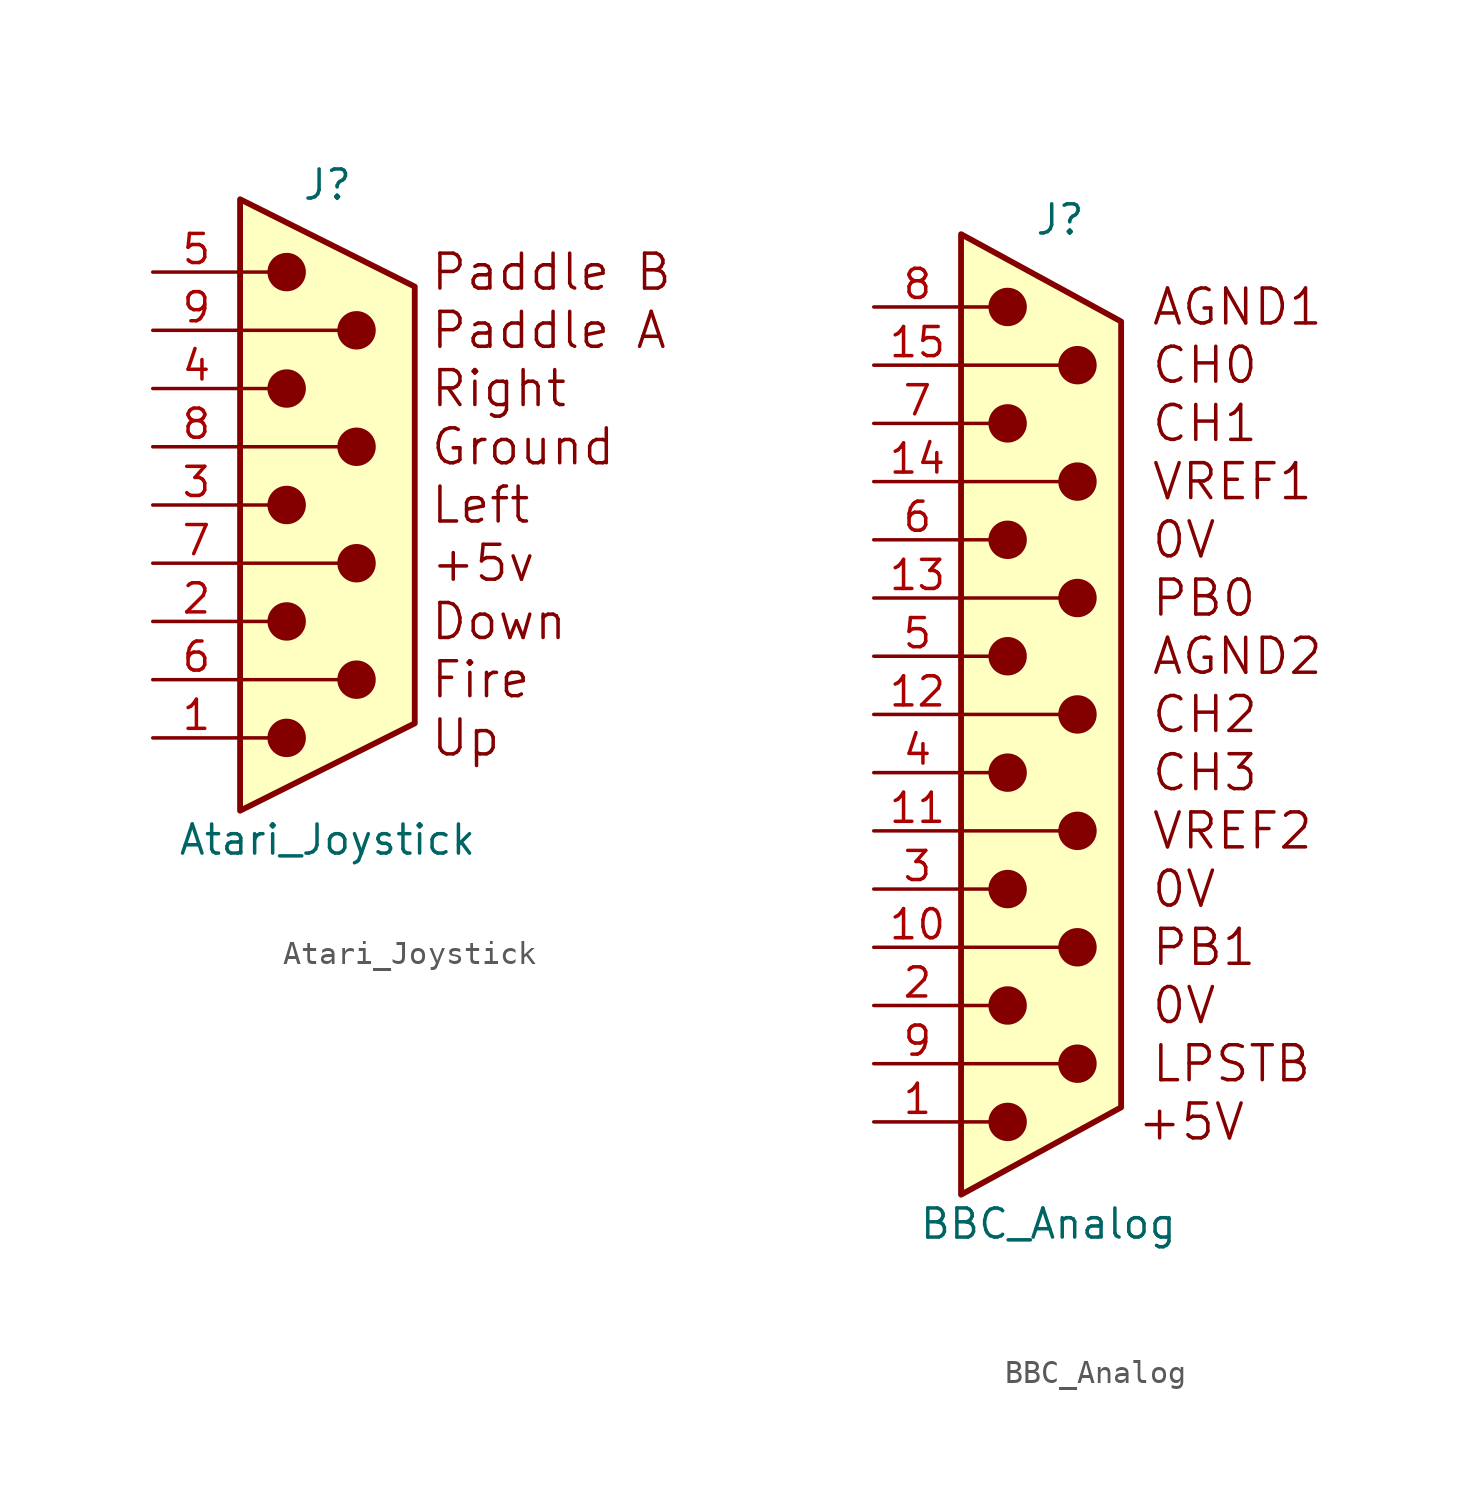
<source format=kicad_sym>
(kicad_symbol_lib
  (version 20241209)
  (generator "kicad_symbol_editor")
  (generator_version "9.0")
  (symbol "Atari_Joystick"
    (pin_names
      (offset 1.016)
      (hide yes))
    (property "Reference" "J"
      (at 0 13.97 0)
      (effects (font (size 1.27 1.27))))
    (property "Value" "Atari_Joystick"
      (at 0 -14.605 0)
      (effects (font (size 1.27 1.27))))
    (symbol "Atari_Joystick_0_0"
      (text "Paddle B" (at 4.445 10.16 0) (effects (font (size 1.524 1.524)) (justify left)))
      (text "Paddle A" (at 4.445 7.62 0) (effects (font (size 1.524 1.524)) (justify left)))
      (text "Right" (at 4.445 5.08 0) (effects (font (size 1.524 1.524)) (justify left)))
      (text "Ground" (at 4.445 2.54 0) (effects (font (size 1.524 1.524)) (justify left)))
      (text "Left" (at 4.445 0 0) (effects (font (size 1.524 1.524)) (justify left)))
      (text "+5v" (at 4.445 -2.54 0) (effects (font (size 1.524 1.524)) (justify left)))
      (text "Down" (at 4.445 -5.08 0) (effects (font (size 1.524 1.524)) (justify left)))
      (text "Fire" (at 4.445 -7.62 0) (effects (font (size 1.524 1.524)) (justify left)))
      (text "Up" (at 4.445 -10.16 0) (effects (font (size 1.524 1.524)) (justify left))))
    (symbol "Atari_Joystick_0_1"
      (polyline (pts (xy -3.81 10.16) (xy -2.54 10.16)) (stroke (width 0) (type solid)) (fill (type none)))
      (polyline (pts (xy -3.81 7.62) (xy 0.508 7.62)) (stroke (width 0) (type solid)) (fill (type none)))
      (polyline (pts (xy -3.81 5.08) (xy -2.54 5.08)) (stroke (width 0) (type solid)) (fill (type none)))
      (polyline (pts (xy -3.81 2.54) (xy 0.508 2.54)) (stroke (width 0) (type solid)) (fill (type none)))
      (polyline (pts (xy -3.81 0) (xy -2.54 0)) (stroke (width 0) (type solid)) (fill (type none)))
      (polyline (pts (xy -3.81 -2.54) (xy 0.508 -2.54)) (stroke (width 0) (type solid)) (fill (type none)))
      (polyline (pts (xy -3.81 -5.08) (xy -2.54 -5.08)) (stroke (width 0) (type solid)) (fill (type none)))
      (polyline (pts (xy -3.81 -7.62) (xy 0.508 -7.62)) (stroke (width 0) (type solid)) (fill (type none)))
      (polyline (pts (xy -3.81 -10.16) (xy -2.54 -10.16)) (stroke (width 0) (type solid)) (fill (type none)))
      (polyline (pts (xy -3.81 -13.335) (xy -3.81 13.335) (xy 3.81 9.525) (xy 3.81 -9.525) (xy -3.81 -13.335)) (stroke (width 0.254) (type solid)) (fill (type background)))
      (circle (center -1.778 10.16) (radius 0.762) (stroke (width 0) (type solid)) (fill (type outline)))
      (circle (center -1.778 5.08) (radius 0.762) (stroke (width 0) (type solid)) (fill (type outline)))
      (circle (center -1.778 0) (radius 0.762) (stroke (width 0) (type solid)) (fill (type outline)))
      (circle (center -1.778 -5.08) (radius 0.762) (stroke (width 0) (type solid)) (fill (type outline)))
      (circle (center -1.778 -10.16) (radius 0.762) (stroke (width 0) (type solid)) (fill (type outline)))
      (circle (center 1.27 7.62) (radius 0.762) (stroke (width 0) (type solid)) (fill (type outline)))
      (circle (center 1.27 2.54) (radius 0.762) (stroke (width 0) (type solid)) (fill (type outline)))
      (circle (center 1.27 -2.54) (radius 0.762) (stroke (width 0) (type solid)) (fill (type outline)))
      (circle (center 1.27 -7.62) (radius 0.762) (stroke (width 0) (type solid)) (fill (type outline))))
    (symbol "Atari_Joystick_1_1"
      (pin passive line (at -7.62 10.16 0) (length 3.81) (name "5" (effects (font (size 1.27 1.27)))) (number "5" (effects (font (size 1.27 1.27)))))
      (pin passive line (at -7.62 7.62 0) (length 3.81) (name "9" (effects (font (size 1.27 1.27)))) (number "9" (effects (font (size 1.27 1.27)))))
      (pin passive line (at -7.62 5.08 0) (length 3.81) (name "4" (effects (font (size 1.27 1.27)))) (number "4" (effects (font (size 1.27 1.27)))))
      (pin passive line (at -7.62 2.54 0) (length 3.81) (name "8" (effects (font (size 1.27 1.27)))) (number "8" (effects (font (size 1.27 1.27)))))
      (pin passive line (at -7.62 0 0) (length 3.81) (name "3" (effects (font (size 1.27 1.27)))) (number "3" (effects (font (size 1.27 1.27)))))
      (pin passive line (at -7.62 -2.54 0) (length 3.81) (name "7" (effects (font (size 1.27 1.27)))) (number "7" (effects (font (size 1.27 1.27)))))
      (pin passive line (at -7.62 -5.08 0) (length 3.81) (name "2" (effects (font (size 1.27 1.27)))) (number "2" (effects (font (size 1.27 1.27)))))
      (pin passive line (at -7.62 -7.62 0) (length 3.81) (name "6" (effects (font (size 1.27 1.27)))) (number "6" (effects (font (size 1.27 1.27)))))
      (pin passive line (at -7.62 -10.16 0) (length 3.81) (name "1" (effects (font (size 1.27 1.27)))) (number "1" (effects (font (size 1.27 1.27)))))))
  (symbol "BBC_Analog"
    (pin_names
      (offset 1.016)
      (hide yes))
    (property "Reference" "J"
      (at 0.508 21.59 0)
      (effects (font (size 1.27 1.27))))
    (property "Value" "BBC_Analog"
      (at 0 -22.225 0)
      (effects (font (size 1.27 1.27))))
    (symbol "BBC_Analog_0_0"
      (text "+5V" (at 3.81 -17.78 0) (effects (font (size 1.524 1.524)) (justify left)))
      (text "AGND1" (at 4.445 17.78 0) (effects (font (size 1.524 1.524)) (justify left)))
      (text "CH0" (at 4.445 15.24 0) (effects (font (size 1.524 1.524)) (justify left)))
      (text "CH1" (at 4.445 12.7 0) (effects (font (size 1.524 1.524)) (justify left)))
      (text "VREF1" (at 4.445 10.16 0) (effects (font (size 1.524 1.524)) (justify left)))
      (text "0V" (at 4.445 7.62 0) (effects (font (size 1.524 1.524)) (justify left)))
      (text "PB0" (at 4.445 5.08 0) (effects (font (size 1.524 1.524)) (justify left)))
      (text "AGND2" (at 4.445 2.54 0) (effects (font (size 1.524 1.524)) (justify left)))
      (text "CH2" (at 4.445 0 0) (effects (font (size 1.524 1.524)) (justify left)))
      (text "CH3" (at 4.445 -2.54 0) (effects (font (size 1.524 1.524)) (justify left)))
      (text "VREF2" (at 4.445 -5.08 0) (effects (font (size 1.524 1.524)) (justify left)))
      (text "0V" (at 4.445 -7.62 0) (effects (font (size 1.524 1.524)) (justify left)))
      (text "PB1" (at 4.445 -10.16 0) (effects (font (size 1.524 1.524)) (justify left)))
      (text "0V" (at 4.445 -12.7 0) (effects (font (size 1.524 1.524)) (justify left)))
      (text "LPSTB" (at 4.445 -15.24 0) (effects (font (size 1.524 1.524)) (justify left))))
    (symbol "BBC_Analog_0_1"
      (polyline (pts (xy -3.81 17.78) (xy -2.54 17.78)) (stroke (width 0) (type solid)) (fill (type none)))
      (polyline (pts (xy -3.81 15.24) (xy 0.508 15.24)) (stroke (width 0) (type solid)) (fill (type none)))
      (polyline (pts (xy -3.81 12.7) (xy -2.54 12.7)) (stroke (width 0) (type solid)) (fill (type none)))
      (polyline (pts (xy -3.81 10.16) (xy 0.508 10.16)) (stroke (width 0) (type solid)) (fill (type none)))
      (polyline (pts (xy -3.81 7.62) (xy -2.54 7.62)) (stroke (width 0) (type solid)) (fill (type none)))
      (polyline (pts (xy -3.81 5.08) (xy 0.508 5.08)) (stroke (width 0) (type solid)) (fill (type none)))
      (polyline (pts (xy -3.81 2.54) (xy -2.54 2.54)) (stroke (width 0) (type solid)) (fill (type none)))
      (polyline (pts (xy -3.81 0) (xy 0.508 0)) (stroke (width 0) (type solid)) (fill (type none)))
      (polyline (pts (xy -3.81 -2.54) (xy -2.54 -2.54)) (stroke (width 0) (type solid)) (fill (type none)))
      (polyline (pts (xy -3.81 -5.08) (xy 0.508 -5.08)) (stroke (width 0) (type solid)) (fill (type none)))
      (polyline (pts (xy -3.81 -7.62) (xy -2.54 -7.62)) (stroke (width 0) (type solid)) (fill (type none)))
      (polyline (pts (xy -3.81 -10.16) (xy 0.508 -10.16)) (stroke (width 0) (type solid)) (fill (type none)))
      (polyline (pts (xy -3.81 -12.7) (xy -2.54 -12.7)) (stroke (width 0) (type solid)) (fill (type none)))
      (polyline (pts (xy -3.81 -15.24) (xy 0.508 -15.24)) (stroke (width 0) (type solid)) (fill (type none)))
      (polyline (pts (xy -3.81 -17.78) (xy -2.54 -17.78)) (stroke (width 0) (type solid)) (fill (type none)))
      (polyline (pts (xy -3.81 -20.955) (xy 3.175 -17.145) (xy 3.175 17.145) (xy -3.81 20.955) (xy -3.81 -20.955)) (stroke (width 0.254) (type solid)) (fill (type background)))
      (circle (center -1.778 17.78) (radius 0.762) (stroke (width 0) (type solid)) (fill (type outline)))
      (circle (center -1.778 12.7) (radius 0.762) (stroke (width 0) (type solid)) (fill (type outline)))
      (circle (center -1.778 7.62) (radius 0.762) (stroke (width 0) (type solid)) (fill (type outline)))
      (circle (center -1.778 2.54) (radius 0.762) (stroke (width 0) (type solid)) (fill (type outline)))
      (circle (center -1.778 -2.54) (radius 0.762) (stroke (width 0) (type solid)) (fill (type outline)))
      (circle (center -1.778 -7.62) (radius 0.762) (stroke (width 0) (type solid)) (fill (type outline)))
      (circle (center -1.778 -12.7) (radius 0.762) (stroke (width 0) (type solid)) (fill (type outline)))
      (circle (center -1.778 -17.78) (radius 0.762) (stroke (width 0) (type solid)) (fill (type outline)))
      (circle (center 1.27 15.24) (radius 0.762) (stroke (width 0) (type solid)) (fill (type outline)))
      (circle (center 1.27 10.16) (radius 0.762) (stroke (width 0) (type solid)) (fill (type outline)))
      (circle (center 1.27 5.08) (radius 0.762) (stroke (width 0) (type solid)) (fill (type outline)))
      (circle (center 1.27 0) (radius 0.762) (stroke (width 0) (type solid)) (fill (type outline)))
      (circle (center 1.27 -5.08) (radius 0.762) (stroke (width 0) (type solid)) (fill (type outline)))
      (circle (center 1.27 -10.16) (radius 0.762) (stroke (width 0) (type solid)) (fill (type outline)))
      (circle (center 1.27 -15.24) (radius 0.762) (stroke (width 0) (type solid)) (fill (type outline))))
    (symbol "BBC_Analog_1_1"
      (pin power_out line (at -7.62 17.78 0) (length 3.81) (name "8" (effects (font (size 1.27 1.27)))) (number "8" (effects (font (size 1.27 1.27)))))
      (pin passive line (at -7.62 15.24 0) (length 3.81) (name "P15" (effects (font (size 1.27 1.27)))) (number "15" (effects (font (size 1.27 1.27)))))
      (pin passive line (at -7.62 12.7 0) (length 3.81) (name "7" (effects (font (size 1.27 1.27)))) (number "7" (effects (font (size 1.27 1.27)))))
      (pin passive line (at -7.62 10.16 0) (length 3.81) (name "P14" (effects (font (size 1.27 1.27)))) (number "14" (effects (font (size 1.27 1.27)))))
      (pin passive line (at -7.62 7.62 0) (length 3.81) (name "6" (effects (font (size 1.27 1.27)))) (number "6" (effects (font (size 1.27 1.27)))))
      (pin passive line (at -7.62 5.08 0) (length 3.81) (name "P13" (effects (font (size 1.27 1.27)))) (number "13" (effects (font (size 1.27 1.27)))))
      (pin passive line (at -7.62 2.54 0) (length 3.81) (name "5" (effects (font (size 1.27 1.27)))) (number "5" (effects (font (size 1.27 1.27)))))
      (pin passive line (at -7.62 0 0) (length 3.81) (name "P12" (effects (font (size 1.27 1.27)))) (number "12" (effects (font (size 1.27 1.27)))))
      (pin passive line (at -7.62 -2.54 0) (length 3.81) (name "4" (effects (font (size 1.27 1.27)))) (number "4" (effects (font (size 1.27 1.27)))))
      (pin passive line (at -7.62 -5.08 0) (length 3.81) (name "P111" (effects (font (size 1.27 1.27)))) (number "11" (effects (font (size 1.27 1.27)))))
      (pin passive line (at -7.62 -7.62 0) (length 3.81) (name "3" (effects (font (size 1.27 1.27)))) (number "3" (effects (font (size 1.27 1.27)))))
      (pin passive line (at -7.62 -10.16 0) (length 3.81) (name "P10" (effects (font (size 1.27 1.27)))) (number "10" (effects (font (size 1.27 1.27)))))
      (pin passive line (at -7.62 -12.7 0) (length 3.81) (name "2" (effects (font (size 1.27 1.27)))) (number "2" (effects (font (size 1.27 1.27)))))
      (pin passive line (at -7.62 -15.24 0) (length 3.81) (name "P9" (effects (font (size 1.27 1.27)))) (number "9" (effects (font (size 1.27 1.27)))))
      (pin passive line (at -7.62 -17.78 0) (length 3.81) (name "1" (effects (font (size 1.27 1.27)))) (number "1" (effects (font (size 1.27 1.27))))))))
</source>
